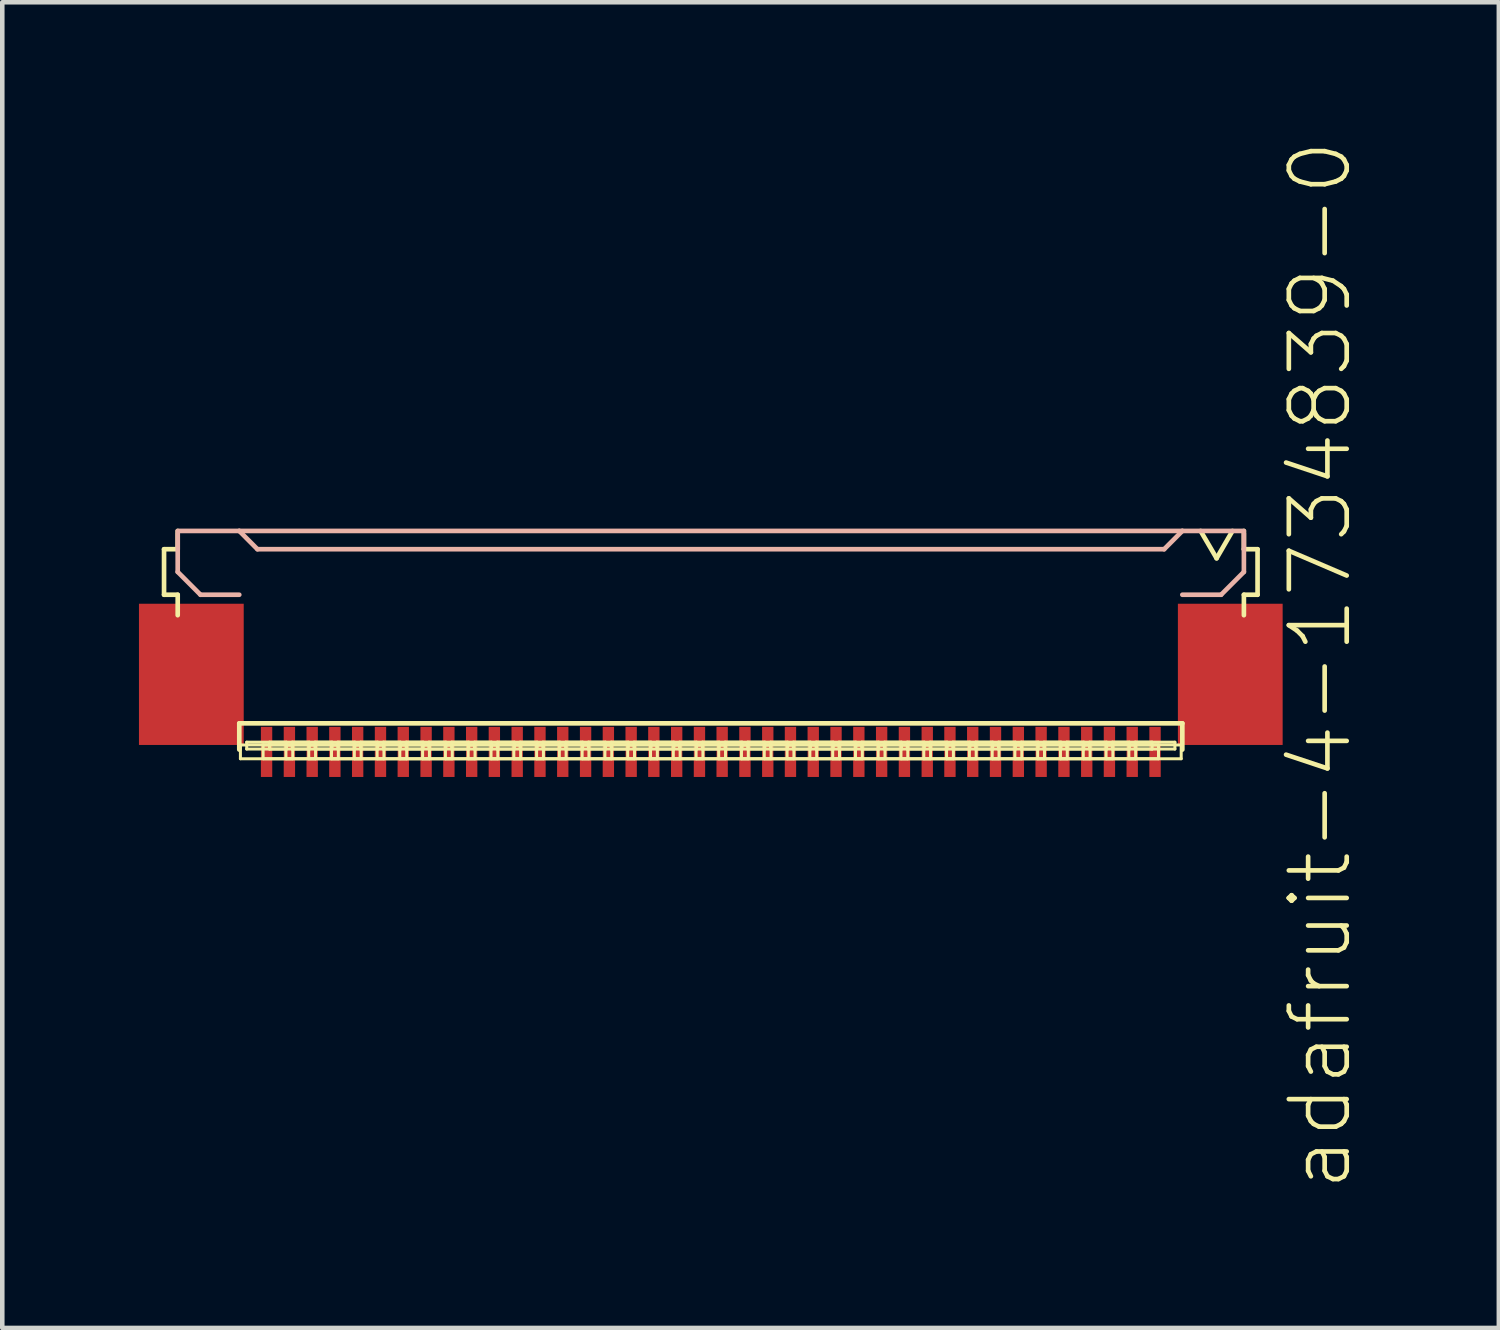
<source format=kicad_pcb>
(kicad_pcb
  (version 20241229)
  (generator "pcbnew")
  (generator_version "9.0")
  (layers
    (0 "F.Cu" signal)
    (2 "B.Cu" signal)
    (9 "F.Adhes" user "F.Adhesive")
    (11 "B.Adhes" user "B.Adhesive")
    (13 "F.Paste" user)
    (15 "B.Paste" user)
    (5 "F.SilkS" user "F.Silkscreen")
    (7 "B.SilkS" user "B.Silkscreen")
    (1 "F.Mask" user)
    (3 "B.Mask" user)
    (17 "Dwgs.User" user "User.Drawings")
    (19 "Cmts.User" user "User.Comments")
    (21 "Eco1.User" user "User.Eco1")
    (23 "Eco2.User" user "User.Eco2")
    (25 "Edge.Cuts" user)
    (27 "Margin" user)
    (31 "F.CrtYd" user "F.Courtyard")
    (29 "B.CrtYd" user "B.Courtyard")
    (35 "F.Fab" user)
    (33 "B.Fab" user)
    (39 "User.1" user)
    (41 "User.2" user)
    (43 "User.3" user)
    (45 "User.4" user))
  (footprint "adafruit-4-1734839-0"
    (layer "F.Cu")
    (at 12.549 10.911)
    (property "Reference" "adafruit-4-1734839-0" (at 13.373 0.635 270) (layer "F.SilkS") (effects (font (size 1.27 1.27) (thickness 0.102))))
    (attr smd)
    (fp_line (start -11.999 -1.908) (end -11.699 -1.908) (stroke (width 0.102) (type solid)) (layer "F.SilkS"))
    (fp_line (start -11.999 -0.909) (end -11.999 -1.908) (stroke (width 0.102) (type solid)) (layer "F.SilkS"))
    (fp_line (start -11.699 -1.908) (end -11.699 -2.309) (stroke (width 0.102) (type solid)) (layer "F.SilkS"))
    (fp_line (start -11.699 -0.909) (end -11.999 -0.909) (stroke (width 0.102) (type solid)) (layer "F.SilkS"))
    (fp_line (start -11.699 -0.46) (end -11.699 -0.909) (stroke (width 0.102) (type solid)) (layer "F.SilkS"))
    (fp_line (start -10.348 1.913) (end -10.348 2.489) (stroke (width 0.102) (type solid)) (layer "F.SilkS"))
    (fp_line (start -10.323 2.388) (end -9.174 2.388) (stroke (width 0.066) (type solid)) (layer "F.SilkS"))
    (fp_line (start -10.323 2.69) (end -10.323 2.388) (stroke (width 0.066) (type solid)) (layer "F.SilkS"))
    (fp_line (start -10.323 2.69) (end -9.174 2.69) (stroke (width 0.066) (type solid)) (layer "F.SilkS"))
    (fp_line (start -10.185 2.327) (end -9.312 2.327) (stroke (width 0.066) (type solid)) (layer "F.SilkS"))
    (fp_line (start -10.185 2.477) (end -10.185 2.327) (stroke (width 0.066) (type solid)) (layer "F.SilkS"))
    (fp_line (start -10.185 2.477) (end -9.312 2.477) (stroke (width 0.066) (type solid)) (layer "F.SilkS"))
    (fp_line (start -9.825 2.388) (end -8.674 2.388) (stroke (width 0.066) (type solid)) (layer "F.SilkS"))
    (fp_line (start -9.825 2.69) (end -9.825 2.388) (stroke (width 0.066) (type solid)) (layer "F.SilkS"))
    (fp_line (start -9.825 2.69) (end -8.674 2.69) (stroke (width 0.066) (type solid)) (layer "F.SilkS"))
    (fp_line (start -9.685 2.327) (end -8.811 2.327) (stroke (width 0.066) (type solid)) (layer "F.SilkS"))
    (fp_line (start -9.685 2.477) (end -9.685 2.327) (stroke (width 0.066) (type solid)) (layer "F.SilkS"))
    (fp_line (start -9.685 2.477) (end -8.811 2.477) (stroke (width 0.066) (type solid)) (layer "F.SilkS"))
    (fp_line (start -9.324 2.388) (end -8.174 2.388) (stroke (width 0.066) (type solid)) (layer "F.SilkS"))
    (fp_line (start -9.324 2.69) (end -9.324 2.388) (stroke (width 0.066) (type solid)) (layer "F.SilkS"))
    (fp_line (start -9.324 2.69) (end -8.174 2.69) (stroke (width 0.066) (type solid)) (layer "F.SilkS"))
    (fp_line (start -9.312 2.477) (end -9.312 2.327) (stroke (width 0.066) (type solid)) (layer "F.SilkS"))
    (fp_line (start -9.187 2.327) (end -8.311 2.327) (stroke (width 0.066) (type solid)) (layer "F.SilkS"))
    (fp_line (start -9.187 2.477) (end -9.187 2.327) (stroke (width 0.066) (type solid)) (layer "F.SilkS"))
    (fp_line (start -9.187 2.477) (end -8.311 2.477) (stroke (width 0.066) (type solid)) (layer "F.SilkS"))
    (fp_line (start -9.174 2.69) (end -9.174 2.388) (stroke (width 0.066) (type solid)) (layer "F.SilkS"))
    (fp_line (start -8.824 2.388) (end -7.673 2.388) (stroke (width 0.066) (type solid)) (layer "F.SilkS"))
    (fp_line (start -8.824 2.69) (end -8.824 2.388) (stroke (width 0.066) (type solid)) (layer "F.SilkS"))
    (fp_line (start -8.824 2.69) (end -7.673 2.69) (stroke (width 0.066) (type solid)) (layer "F.SilkS"))
    (fp_line (start -8.811 2.477) (end -8.811 2.327) (stroke (width 0.066) (type solid)) (layer "F.SilkS"))
    (fp_line (start -8.687 2.327) (end -7.811 2.327) (stroke (width 0.066) (type solid)) (layer "F.SilkS"))
    (fp_line (start -8.687 2.477) (end -8.687 2.327) (stroke (width 0.066) (type solid)) (layer "F.SilkS"))
    (fp_line (start -8.687 2.477) (end -7.811 2.477) (stroke (width 0.066) (type solid)) (layer "F.SilkS"))
    (fp_line (start -8.674 2.69) (end -8.674 2.388) (stroke (width 0.066) (type solid)) (layer "F.SilkS"))
    (fp_line (start -8.324 2.388) (end -7.173 2.388) (stroke (width 0.066) (type solid)) (layer "F.SilkS"))
    (fp_line (start -8.324 2.69) (end -8.324 2.388) (stroke (width 0.066) (type solid)) (layer "F.SilkS"))
    (fp_line (start -8.324 2.69) (end -7.173 2.69) (stroke (width 0.066) (type solid)) (layer "F.SilkS"))
    (fp_line (start -8.311 2.477) (end -8.311 2.327) (stroke (width 0.066) (type solid)) (layer "F.SilkS"))
    (fp_line (start -8.186 2.327) (end -7.31 2.327) (stroke (width 0.066) (type solid)) (layer "F.SilkS"))
    (fp_line (start -8.186 2.477) (end -8.186 2.327) (stroke (width 0.066) (type solid)) (layer "F.SilkS"))
    (fp_line (start -8.186 2.477) (end -7.31 2.477) (stroke (width 0.066) (type solid)) (layer "F.SilkS"))
    (fp_line (start -8.174 2.69) (end -8.174 2.388) (stroke (width 0.066) (type solid)) (layer "F.SilkS"))
    (fp_line (start -7.823 2.388) (end -6.673 2.388) (stroke (width 0.066) (type solid)) (layer "F.SilkS"))
    (fp_line (start -7.823 2.69) (end -7.823 2.388) (stroke (width 0.066) (type solid)) (layer "F.SilkS"))
    (fp_line (start -7.823 2.69) (end -6.673 2.69) (stroke (width 0.066) (type solid)) (layer "F.SilkS"))
    (fp_line (start -7.811 2.477) (end -7.811 2.327) (stroke (width 0.066) (type solid)) (layer "F.SilkS"))
    (fp_line (start -7.686 2.327) (end -6.812 2.327) (stroke (width 0.066) (type solid)) (layer "F.SilkS"))
    (fp_line (start -7.686 2.477) (end -7.686 2.327) (stroke (width 0.066) (type solid)) (layer "F.SilkS"))
    (fp_line (start -7.686 2.477) (end -6.812 2.477) (stroke (width 0.066) (type solid)) (layer "F.SilkS"))
    (fp_line (start -7.673 2.69) (end -7.673 2.388) (stroke (width 0.066) (type solid)) (layer "F.SilkS"))
    (fp_line (start -7.323 2.388) (end -6.175 2.388) (stroke (width 0.066) (type solid)) (layer "F.SilkS"))
    (fp_line (start -7.323 2.69) (end -7.323 2.388) (stroke (width 0.066) (type solid)) (layer "F.SilkS"))
    (fp_line (start -7.323 2.69) (end -6.175 2.69) (stroke (width 0.066) (type solid)) (layer "F.SilkS"))
    (fp_line (start -7.31 2.477) (end -7.31 2.327) (stroke (width 0.066) (type solid)) (layer "F.SilkS"))
    (fp_line (start -7.186 2.327) (end -6.312 2.327) (stroke (width 0.066) (type solid)) (layer "F.SilkS"))
    (fp_line (start -7.186 2.477) (end -7.186 2.327) (stroke (width 0.066) (type solid)) (layer "F.SilkS"))
    (fp_line (start -7.186 2.477) (end -6.312 2.477) (stroke (width 0.066) (type solid)) (layer "F.SilkS"))
    (fp_line (start -7.173 2.69) (end -7.173 2.388) (stroke (width 0.066) (type solid)) (layer "F.SilkS"))
    (fp_line (start -6.825 2.388) (end -5.674 2.388) (stroke (width 0.066) (type solid)) (layer "F.SilkS"))
    (fp_line (start -6.825 2.69) (end -6.825 2.388) (stroke (width 0.066) (type solid)) (layer "F.SilkS"))
    (fp_line (start -6.825 2.69) (end -5.674 2.69) (stroke (width 0.066) (type solid)) (layer "F.SilkS"))
    (fp_line (start -6.812 2.477) (end -6.812 2.327) (stroke (width 0.066) (type solid)) (layer "F.SilkS"))
    (fp_line (start -6.685 2.327) (end -5.812 2.327) (stroke (width 0.066) (type solid)) (layer "F.SilkS"))
    (fp_line (start -6.685 2.477) (end -6.685 2.327) (stroke (width 0.066) (type solid)) (layer "F.SilkS"))
    (fp_line (start -6.685 2.477) (end -5.812 2.477) (stroke (width 0.066) (type solid)) (layer "F.SilkS"))
    (fp_line (start -6.673 2.69) (end -6.673 2.388) (stroke (width 0.066) (type solid)) (layer "F.SilkS"))
    (fp_line (start -6.325 2.388) (end -5.174 2.388) (stroke (width 0.066) (type solid)) (layer "F.SilkS"))
    (fp_line (start -6.325 2.69) (end -6.325 2.388) (stroke (width 0.066) (type solid)) (layer "F.SilkS"))
    (fp_line (start -6.325 2.69) (end -5.174 2.69) (stroke (width 0.066) (type solid)) (layer "F.SilkS"))
    (fp_line (start -6.312 2.477) (end -6.312 2.327) (stroke (width 0.066) (type solid)) (layer "F.SilkS"))
    (fp_line (start -6.187 2.327) (end -5.311 2.327) (stroke (width 0.066) (type solid)) (layer "F.SilkS"))
    (fp_line (start -6.187 2.477) (end -6.187 2.327) (stroke (width 0.066) (type solid)) (layer "F.SilkS"))
    (fp_line (start -6.187 2.477) (end -5.311 2.477) (stroke (width 0.066) (type solid)) (layer "F.SilkS"))
    (fp_line (start -6.175 2.69) (end -6.175 2.388) (stroke (width 0.066) (type solid)) (layer "F.SilkS"))
    (fp_line (start -5.824 2.388) (end -4.674 2.388) (stroke (width 0.066) (type solid)) (layer "F.SilkS"))
    (fp_line (start -5.824 2.69) (end -5.824 2.388) (stroke (width 0.066) (type solid)) (layer "F.SilkS"))
    (fp_line (start -5.824 2.69) (end -4.674 2.69) (stroke (width 0.066) (type solid)) (layer "F.SilkS"))
    (fp_line (start -5.812 2.477) (end -5.812 2.327) (stroke (width 0.066) (type solid)) (layer "F.SilkS"))
    (fp_line (start -5.687 2.327) (end -4.811 2.327) (stroke (width 0.066) (type solid)) (layer "F.SilkS"))
    (fp_line (start -5.687 2.477) (end -5.687 2.327) (stroke (width 0.066) (type solid)) (layer "F.SilkS"))
    (fp_line (start -5.687 2.477) (end -4.811 2.477) (stroke (width 0.066) (type solid)) (layer "F.SilkS"))
    (fp_line (start -5.674 2.69) (end -5.674 2.388) (stroke (width 0.066) (type solid)) (layer "F.SilkS"))
    (fp_line (start -5.324 2.388) (end -4.173 2.388) (stroke (width 0.066) (type solid)) (layer "F.SilkS"))
    (fp_line (start -5.324 2.69) (end -5.324 2.388) (stroke (width 0.066) (type solid)) (layer "F.SilkS"))
    (fp_line (start -5.324 2.69) (end -4.173 2.69) (stroke (width 0.066) (type solid)) (layer "F.SilkS"))
    (fp_line (start -5.311 2.477) (end -5.311 2.327) (stroke (width 0.066) (type solid)) (layer "F.SilkS"))
    (fp_line (start -5.187 2.327) (end -4.31 2.327) (stroke (width 0.066) (type solid)) (layer "F.SilkS"))
    (fp_line (start -5.187 2.477) (end -5.187 2.327) (stroke (width 0.066) (type solid)) (layer "F.SilkS"))
    (fp_line (start -5.187 2.477) (end -4.31 2.477) (stroke (width 0.066) (type solid)) (layer "F.SilkS"))
    (fp_line (start -5.174 2.69) (end -5.174 2.388) (stroke (width 0.066) (type solid)) (layer "F.SilkS"))
    (fp_line (start -4.823 2.388) (end -3.673 2.388) (stroke (width 0.066) (type solid)) (layer "F.SilkS"))
    (fp_line (start -4.823 2.69) (end -4.823 2.388) (stroke (width 0.066) (type solid)) (layer "F.SilkS"))
    (fp_line (start -4.823 2.69) (end -3.673 2.69) (stroke (width 0.066) (type solid)) (layer "F.SilkS"))
    (fp_line (start -4.811 2.477) (end -4.811 2.327) (stroke (width 0.066) (type solid)) (layer "F.SilkS"))
    (fp_line (start -4.686 2.327) (end -3.81 2.327) (stroke (width 0.066) (type solid)) (layer "F.SilkS"))
    (fp_line (start -4.686 2.477) (end -4.686 2.327) (stroke (width 0.066) (type solid)) (layer "F.SilkS"))
    (fp_line (start -4.686 2.477) (end -3.81 2.477) (stroke (width 0.066) (type solid)) (layer "F.SilkS"))
    (fp_line (start -4.674 2.69) (end -4.674 2.388) (stroke (width 0.066) (type solid)) (layer "F.SilkS"))
    (fp_line (start -4.323 2.388) (end -3.175 2.388) (stroke (width 0.066) (type solid)) (layer "F.SilkS"))
    (fp_line (start -4.323 2.69) (end -4.323 2.388) (stroke (width 0.066) (type solid)) (layer "F.SilkS"))
    (fp_line (start -4.323 2.69) (end -3.175 2.69) (stroke (width 0.066) (type solid)) (layer "F.SilkS"))
    (fp_line (start -4.31 2.477) (end -4.31 2.327) (stroke (width 0.066) (type solid)) (layer "F.SilkS"))
    (fp_line (start -4.186 2.327) (end -3.312 2.327) (stroke (width 0.066) (type solid)) (layer "F.SilkS"))
    (fp_line (start -4.186 2.477) (end -4.186 2.327) (stroke (width 0.066) (type solid)) (layer "F.SilkS"))
    (fp_line (start -4.186 2.477) (end -3.312 2.477) (stroke (width 0.066) (type solid)) (layer "F.SilkS"))
    (fp_line (start -4.173 2.69) (end -4.173 2.388) (stroke (width 0.066) (type solid)) (layer "F.SilkS"))
    (fp_line (start -3.823 2.388) (end -2.675 2.388) (stroke (width 0.066) (type solid)) (layer "F.SilkS"))
    (fp_line (start -3.823 2.69) (end -3.823 2.388) (stroke (width 0.066) (type solid)) (layer "F.SilkS"))
    (fp_line (start -3.823 2.69) (end -2.675 2.69) (stroke (width 0.066) (type solid)) (layer "F.SilkS"))
    (fp_line (start -3.81 2.477) (end -3.81 2.327) (stroke (width 0.066) (type solid)) (layer "F.SilkS"))
    (fp_line (start -3.686 2.327) (end -2.812 2.327) (stroke (width 0.066) (type solid)) (layer "F.SilkS"))
    (fp_line (start -3.686 2.477) (end -3.686 2.327) (stroke (width 0.066) (type solid)) (layer "F.SilkS"))
    (fp_line (start -3.686 2.477) (end -2.812 2.477) (stroke (width 0.066) (type solid)) (layer "F.SilkS"))
    (fp_line (start -3.673 2.69) (end -3.673 2.388) (stroke (width 0.066) (type solid)) (layer "F.SilkS"))
    (fp_line (start -3.325 2.388) (end -2.174 2.388) (stroke (width 0.066) (type solid)) (layer "F.SilkS"))
    (fp_line (start -3.325 2.69) (end -3.325 2.388) (stroke (width 0.066) (type solid)) (layer "F.SilkS"))
    (fp_line (start -3.325 2.69) (end -2.174 2.69) (stroke (width 0.066) (type solid)) (layer "F.SilkS"))
    (fp_line (start -3.312 2.477) (end -3.312 2.327) (stroke (width 0.066) (type solid)) (layer "F.SilkS"))
    (fp_line (start -3.185 2.327) (end -2.311 2.327) (stroke (width 0.066) (type solid)) (layer "F.SilkS"))
    (fp_line (start -3.185 2.477) (end -3.185 2.327) (stroke (width 0.066) (type solid)) (layer "F.SilkS"))
    (fp_line (start -3.185 2.477) (end -2.311 2.477) (stroke (width 0.066) (type solid)) (layer "F.SilkS"))
    (fp_line (start -3.175 2.69) (end -3.175 2.388) (stroke (width 0.066) (type solid)) (layer "F.SilkS"))
    (fp_line (start -2.824 2.388) (end -1.674 2.388) (stroke (width 0.066) (type solid)) (layer "F.SilkS"))
    (fp_line (start -2.824 2.69) (end -2.824 2.388) (stroke (width 0.066) (type solid)) (layer "F.SilkS"))
    (fp_line (start -2.824 2.69) (end -1.674 2.69) (stroke (width 0.066) (type solid)) (layer "F.SilkS"))
    (fp_line (start -2.812 2.477) (end -2.812 2.327) (stroke (width 0.066) (type solid)) (layer "F.SilkS"))
    (fp_line (start -2.687 2.327) (end -1.811 2.327) (stroke (width 0.066) (type solid)) (layer "F.SilkS"))
    (fp_line (start -2.687 2.477) (end -2.687 2.327) (stroke (width 0.066) (type solid)) (layer "F.SilkS"))
    (fp_line (start -2.687 2.477) (end -1.811 2.477) (stroke (width 0.066) (type solid)) (layer "F.SilkS"))
    (fp_line (start -2.675 2.69) (end -2.675 2.388) (stroke (width 0.066) (type solid)) (layer "F.SilkS"))
    (fp_line (start -2.324 2.388) (end -1.173 2.388) (stroke (width 0.066) (type solid)) (layer "F.SilkS"))
    (fp_line (start -2.324 2.69) (end -2.324 2.388) (stroke (width 0.066) (type solid)) (layer "F.SilkS"))
    (fp_line (start -2.324 2.69) (end -1.173 2.69) (stroke (width 0.066) (type solid)) (layer "F.SilkS"))
    (fp_line (start -2.311 2.477) (end -2.311 2.327) (stroke (width 0.066) (type solid)) (layer "F.SilkS"))
    (fp_line (start -2.187 2.327) (end -1.311 2.327) (stroke (width 0.066) (type solid)) (layer "F.SilkS"))
    (fp_line (start -2.187 2.477) (end -2.187 2.327) (stroke (width 0.066) (type solid)) (layer "F.SilkS"))
    (fp_line (start -2.187 2.477) (end -1.311 2.477) (stroke (width 0.066) (type solid)) (layer "F.SilkS"))
    (fp_line (start -2.174 2.69) (end -2.174 2.388) (stroke (width 0.066) (type solid)) (layer "F.SilkS"))
    (fp_line (start -1.824 2.388) (end -0.673 2.388) (stroke (width 0.066) (type solid)) (layer "F.SilkS"))
    (fp_line (start -1.824 2.69) (end -1.824 2.388) (stroke (width 0.066) (type solid)) (layer "F.SilkS"))
    (fp_line (start -1.824 2.69) (end -0.673 2.69) (stroke (width 0.066) (type solid)) (layer "F.SilkS"))
    (fp_line (start -1.811 2.477) (end -1.811 2.327) (stroke (width 0.066) (type solid)) (layer "F.SilkS"))
    (fp_line (start -1.687 2.327) (end -0.81 2.327) (stroke (width 0.066) (type solid)) (layer "F.SilkS"))
    (fp_line (start -1.687 2.477) (end -1.687 2.327) (stroke (width 0.066) (type solid)) (layer "F.SilkS"))
    (fp_line (start -1.687 2.477) (end -0.81 2.477) (stroke (width 0.066) (type solid)) (layer "F.SilkS"))
    (fp_line (start -1.674 2.69) (end -1.674 2.388) (stroke (width 0.066) (type solid)) (layer "F.SilkS"))
    (fp_line (start -1.323 2.388) (end -0.173 2.388) (stroke (width 0.066) (type solid)) (layer "F.SilkS"))
    (fp_line (start -1.323 2.69) (end -1.323 2.388) (stroke (width 0.066) (type solid)) (layer "F.SilkS"))
    (fp_line (start -1.323 2.69) (end -0.173 2.69) (stroke (width 0.066) (type solid)) (layer "F.SilkS"))
    (fp_line (start -1.311 2.477) (end -1.311 2.327) (stroke (width 0.066) (type solid)) (layer "F.SilkS"))
    (fp_line (start -1.186 2.327) (end -0.312 2.327) (stroke (width 0.066) (type solid)) (layer "F.SilkS"))
    (fp_line (start -1.186 2.477) (end -1.186 2.327) (stroke (width 0.066) (type solid)) (layer "F.SilkS"))
    (fp_line (start -1.186 2.477) (end -0.312 2.477) (stroke (width 0.066) (type solid)) (layer "F.SilkS"))
    (fp_line (start -1.173 2.69) (end -1.173 2.388) (stroke (width 0.066) (type solid)) (layer "F.SilkS"))
    (fp_line (start -0.823 2.388) (end 0.323 2.388) (stroke (width 0.066) (type solid)) (layer "F.SilkS"))
    (fp_line (start -0.823 2.69) (end -0.823 2.388) (stroke (width 0.066) (type solid)) (layer "F.SilkS"))
    (fp_line (start -0.823 2.69) (end 0.323 2.69) (stroke (width 0.066) (type solid)) (layer "F.SilkS"))
    (fp_line (start -0.81 2.477) (end -0.81 2.327) (stroke (width 0.066) (type solid)) (layer "F.SilkS"))
    (fp_line (start -0.686 2.327) (end 0.185 2.327) (stroke (width 0.066) (type solid)) (layer "F.SilkS"))
    (fp_line (start -0.686 2.477) (end -0.686 2.327) (stroke (width 0.066) (type solid)) (layer "F.SilkS"))
    (fp_line (start -0.686 2.477) (end 0.185 2.477) (stroke (width 0.066) (type solid)) (layer "F.SilkS"))
    (fp_line (start -0.673 2.69) (end -0.673 2.388) (stroke (width 0.066) (type solid)) (layer "F.SilkS"))
    (fp_line (start -0.323 2.388) (end 0.823 2.388) (stroke (width 0.066) (type solid)) (layer "F.SilkS"))
    (fp_line (start -0.323 2.69) (end -0.323 2.388) (stroke (width 0.066) (type solid)) (layer "F.SilkS"))
    (fp_line (start -0.323 2.69) (end 0.823 2.69) (stroke (width 0.066) (type solid)) (layer "F.SilkS"))
    (fp_line (start -0.312 2.477) (end -0.312 2.327) (stroke (width 0.066) (type solid)) (layer "F.SilkS"))
    (fp_line (start -0.185 2.327) (end 0.686 2.327) (stroke (width 0.066) (type solid)) (layer "F.SilkS"))
    (fp_line (start -0.185 2.477) (end -0.185 2.327) (stroke (width 0.066) (type solid)) (layer "F.SilkS"))
    (fp_line (start -0.185 2.477) (end 0.686 2.477) (stroke (width 0.066) (type solid)) (layer "F.SilkS"))
    (fp_line (start -0.173 2.69) (end -0.173 2.388) (stroke (width 0.066) (type solid)) (layer "F.SilkS"))
    (fp_line (start 0.173 2.388) (end 1.323 2.388) (stroke (width 0.066) (type solid)) (layer "F.SilkS"))
    (fp_line (start 0.173 2.69) (end 0.173 2.388) (stroke (width 0.066) (type solid)) (layer "F.SilkS"))
    (fp_line (start 0.173 2.69) (end 1.323 2.69) (stroke (width 0.066) (type solid)) (layer "F.SilkS"))
    (fp_line (start 0.185 2.477) (end 0.185 2.327) (stroke (width 0.066) (type solid)) (layer "F.SilkS"))
    (fp_line (start 0.312 2.327) (end 1.186 2.327) (stroke (width 0.066) (type solid)) (layer "F.SilkS"))
    (fp_line (start 0.312 2.477) (end 0.312 2.327) (stroke (width 0.066) (type solid)) (layer "F.SilkS"))
    (fp_line (start 0.312 2.477) (end 1.186 2.477) (stroke (width 0.066) (type solid)) (layer "F.SilkS"))
    (fp_line (start 0.323 2.69) (end 0.323 2.388) (stroke (width 0.066) (type solid)) (layer "F.SilkS"))
    (fp_line (start 0.673 2.388) (end 1.824 2.388) (stroke (width 0.066) (type solid)) (layer "F.SilkS"))
    (fp_line (start 0.673 2.69) (end 0.673 2.388) (stroke (width 0.066) (type solid)) (layer "F.SilkS"))
    (fp_line (start 0.673 2.69) (end 1.824 2.69) (stroke (width 0.066) (type solid)) (layer "F.SilkS"))
    (fp_line (start 0.686 2.477) (end 0.686 2.327) (stroke (width 0.066) (type solid)) (layer "F.SilkS"))
    (fp_line (start 0.81 2.327) (end 1.687 2.327) (stroke (width 0.066) (type solid)) (layer "F.SilkS"))
    (fp_line (start 0.81 2.477) (end 0.81 2.327) (stroke (width 0.066) (type solid)) (layer "F.SilkS"))
    (fp_line (start 0.81 2.477) (end 1.687 2.477) (stroke (width 0.066) (type solid)) (layer "F.SilkS"))
    (fp_line (start 0.823 2.69) (end 0.823 2.388) (stroke (width 0.066) (type solid)) (layer "F.SilkS"))
    (fp_line (start 1.173 2.388) (end 2.324 2.388) (stroke (width 0.066) (type solid)) (layer "F.SilkS"))
    (fp_line (start 1.173 2.69) (end 1.173 2.388) (stroke (width 0.066) (type solid)) (layer "F.SilkS"))
    (fp_line (start 1.173 2.69) (end 2.324 2.69) (stroke (width 0.066) (type solid)) (layer "F.SilkS"))
    (fp_line (start 1.186 2.477) (end 1.186 2.327) (stroke (width 0.066) (type solid)) (layer "F.SilkS"))
    (fp_line (start 1.311 2.327) (end 2.187 2.327) (stroke (width 0.066) (type solid)) (layer "F.SilkS"))
    (fp_line (start 1.311 2.477) (end 1.311 2.327) (stroke (width 0.066) (type solid)) (layer "F.SilkS"))
    (fp_line (start 1.311 2.477) (end 2.187 2.477) (stroke (width 0.066) (type solid)) (layer "F.SilkS"))
    (fp_line (start 1.323 2.69) (end 1.323 2.388) (stroke (width 0.066) (type solid)) (layer "F.SilkS"))
    (fp_line (start 1.674 2.388) (end 2.824 2.388) (stroke (width 0.066) (type solid)) (layer "F.SilkS"))
    (fp_line (start 1.674 2.69) (end 1.674 2.388) (stroke (width 0.066) (type solid)) (layer "F.SilkS"))
    (fp_line (start 1.674 2.69) (end 2.824 2.69) (stroke (width 0.066) (type solid)) (layer "F.SilkS"))
    (fp_line (start 1.687 2.477) (end 1.687 2.327) (stroke (width 0.066) (type solid)) (layer "F.SilkS"))
    (fp_line (start 1.811 2.327) (end 2.687 2.327) (stroke (width 0.066) (type solid)) (layer "F.SilkS"))
    (fp_line (start 1.811 2.477) (end 1.811 2.327) (stroke (width 0.066) (type solid)) (layer "F.SilkS"))
    (fp_line (start 1.811 2.477) (end 2.687 2.477) (stroke (width 0.066) (type solid)) (layer "F.SilkS"))
    (fp_line (start 1.824 2.69) (end 1.824 2.388) (stroke (width 0.066) (type solid)) (layer "F.SilkS"))
    (fp_line (start 2.174 2.388) (end 3.325 2.388) (stroke (width 0.066) (type solid)) (layer "F.SilkS"))
    (fp_line (start 2.174 2.69) (end 2.174 2.388) (stroke (width 0.066) (type solid)) (layer "F.SilkS"))
    (fp_line (start 2.174 2.69) (end 3.325 2.69) (stroke (width 0.066) (type solid)) (layer "F.SilkS"))
    (fp_line (start 2.187 2.477) (end 2.187 2.327) (stroke (width 0.066) (type solid)) (layer "F.SilkS"))
    (fp_line (start 2.311 2.327) (end 3.185 2.327) (stroke (width 0.066) (type solid)) (layer "F.SilkS"))
    (fp_line (start 2.311 2.477) (end 2.311 2.327) (stroke (width 0.066) (type solid)) (layer "F.SilkS"))
    (fp_line (start 2.311 2.477) (end 3.185 2.477) (stroke (width 0.066) (type solid)) (layer "F.SilkS"))
    (fp_line (start 2.324 2.69) (end 2.324 2.388) (stroke (width 0.066) (type solid)) (layer "F.SilkS"))
    (fp_line (start 2.675 2.388) (end 3.823 2.388) (stroke (width 0.066) (type solid)) (layer "F.SilkS"))
    (fp_line (start 2.675 2.69) (end 2.675 2.388) (stroke (width 0.066) (type solid)) (layer "F.SilkS"))
    (fp_line (start 2.675 2.69) (end 3.823 2.69) (stroke (width 0.066) (type solid)) (layer "F.SilkS"))
    (fp_line (start 2.687 2.477) (end 2.687 2.327) (stroke (width 0.066) (type solid)) (layer "F.SilkS"))
    (fp_line (start 2.812 2.327) (end 3.686 2.327) (stroke (width 0.066) (type solid)) (layer "F.SilkS"))
    (fp_line (start 2.812 2.477) (end 2.812 2.327) (stroke (width 0.066) (type solid)) (layer "F.SilkS"))
    (fp_line (start 2.812 2.477) (end 3.686 2.477) (stroke (width 0.066) (type solid)) (layer "F.SilkS"))
    (fp_line (start 2.824 2.69) (end 2.824 2.388) (stroke (width 0.066) (type solid)) (layer "F.SilkS"))
    (fp_line (start 3.175 2.388) (end 4.323 2.388) (stroke (width 0.066) (type solid)) (layer "F.SilkS"))
    (fp_line (start 3.175 2.69) (end 3.175 2.388) (stroke (width 0.066) (type solid)) (layer "F.SilkS"))
    (fp_line (start 3.175 2.69) (end 4.323 2.69) (stroke (width 0.066) (type solid)) (layer "F.SilkS"))
    (fp_line (start 3.185 2.477) (end 3.185 2.327) (stroke (width 0.066) (type solid)) (layer "F.SilkS"))
    (fp_line (start 3.312 2.327) (end 4.186 2.327) (stroke (width 0.066) (type solid)) (layer "F.SilkS"))
    (fp_line (start 3.312 2.477) (end 3.312 2.327) (stroke (width 0.066) (type solid)) (layer "F.SilkS"))
    (fp_line (start 3.312 2.477) (end 4.186 2.477) (stroke (width 0.066) (type solid)) (layer "F.SilkS"))
    (fp_line (start 3.325 2.69) (end 3.325 2.388) (stroke (width 0.066) (type solid)) (layer "F.SilkS"))
    (fp_line (start 3.673 2.388) (end 4.823 2.388) (stroke (width 0.066) (type solid)) (layer "F.SilkS"))
    (fp_line (start 3.673 2.69) (end 3.673 2.388) (stroke (width 0.066) (type solid)) (layer "F.SilkS"))
    (fp_line (start 3.673 2.69) (end 4.823 2.69) (stroke (width 0.066) (type solid)) (layer "F.SilkS"))
    (fp_line (start 3.686 2.477) (end 3.686 2.327) (stroke (width 0.066) (type solid)) (layer "F.SilkS"))
    (fp_line (start 3.81 2.327) (end 4.686 2.327) (stroke (width 0.066) (type solid)) (layer "F.SilkS"))
    (fp_line (start 3.81 2.477) (end 3.81 2.327) (stroke (width 0.066) (type solid)) (layer "F.SilkS"))
    (fp_line (start 3.81 2.477) (end 4.686 2.477) (stroke (width 0.066) (type solid)) (layer "F.SilkS"))
    (fp_line (start 3.823 2.69) (end 3.823 2.388) (stroke (width 0.066) (type solid)) (layer "F.SilkS"))
    (fp_line (start 4.173 2.388) (end 5.324 2.388) (stroke (width 0.066) (type solid)) (layer "F.SilkS"))
    (fp_line (start 4.173 2.69) (end 4.173 2.388) (stroke (width 0.066) (type solid)) (layer "F.SilkS"))
    (fp_line (start 4.173 2.69) (end 5.324 2.69) (stroke (width 0.066) (type solid)) (layer "F.SilkS"))
    (fp_line (start 4.186 2.477) (end 4.186 2.327) (stroke (width 0.066) (type solid)) (layer "F.SilkS"))
    (fp_line (start 4.31 2.327) (end 5.187 2.327) (stroke (width 0.066) (type solid)) (layer "F.SilkS"))
    (fp_line (start 4.31 2.477) (end 4.31 2.327) (stroke (width 0.066) (type solid)) (layer "F.SilkS"))
    (fp_line (start 4.31 2.477) (end 5.187 2.477) (stroke (width 0.066) (type solid)) (layer "F.SilkS"))
    (fp_line (start 4.323 2.69) (end 4.323 2.388) (stroke (width 0.066) (type solid)) (layer "F.SilkS"))
    (fp_line (start 4.674 2.388) (end 5.824 2.388) (stroke (width 0.066) (type solid)) (layer "F.SilkS"))
    (fp_line (start 4.674 2.69) (end 4.674 2.388) (stroke (width 0.066) (type solid)) (layer "F.SilkS"))
    (fp_line (start 4.674 2.69) (end 5.824 2.69) (stroke (width 0.066) (type solid)) (layer "F.SilkS"))
    (fp_line (start 4.686 2.477) (end 4.686 2.327) (stroke (width 0.066) (type solid)) (layer "F.SilkS"))
    (fp_line (start 4.811 2.327) (end 5.687 2.327) (stroke (width 0.066) (type solid)) (layer "F.SilkS"))
    (fp_line (start 4.811 2.477) (end 4.811 2.327) (stroke (width 0.066) (type solid)) (layer "F.SilkS"))
    (fp_line (start 4.811 2.477) (end 5.687 2.477) (stroke (width 0.066) (type solid)) (layer "F.SilkS"))
    (fp_line (start 4.823 2.69) (end 4.823 2.388) (stroke (width 0.066) (type solid)) (layer "F.SilkS"))
    (fp_line (start 5.174 2.388) (end 6.325 2.388) (stroke (width 0.066) (type solid)) (layer "F.SilkS"))
    (fp_line (start 5.174 2.69) (end 5.174 2.388) (stroke (width 0.066) (type solid)) (layer "F.SilkS"))
    (fp_line (start 5.174 2.69) (end 6.325 2.69) (stroke (width 0.066) (type solid)) (layer "F.SilkS"))
    (fp_line (start 5.187 2.477) (end 5.187 2.327) (stroke (width 0.066) (type solid)) (layer "F.SilkS"))
    (fp_line (start 5.311 2.327) (end 6.187 2.327) (stroke (width 0.066) (type solid)) (layer "F.SilkS"))
    (fp_line (start 5.311 2.477) (end 5.311 2.327) (stroke (width 0.066) (type solid)) (layer "F.SilkS"))
    (fp_line (start 5.311 2.477) (end 6.187 2.477) (stroke (width 0.066) (type solid)) (layer "F.SilkS"))
    (fp_line (start 5.324 2.69) (end 5.324 2.388) (stroke (width 0.066) (type solid)) (layer "F.SilkS"))
    (fp_line (start 5.674 2.388) (end 6.825 2.388) (stroke (width 0.066) (type solid)) (layer "F.SilkS"))
    (fp_line (start 5.674 2.69) (end 5.674 2.388) (stroke (width 0.066) (type solid)) (layer "F.SilkS"))
    (fp_line (start 5.674 2.69) (end 6.825 2.69) (stroke (width 0.066) (type solid)) (layer "F.SilkS"))
    (fp_line (start 5.687 2.477) (end 5.687 2.327) (stroke (width 0.066) (type solid)) (layer "F.SilkS"))
    (fp_line (start 5.812 2.327) (end 6.685 2.327) (stroke (width 0.066) (type solid)) (layer "F.SilkS"))
    (fp_line (start 5.812 2.477) (end 5.812 2.327) (stroke (width 0.066) (type solid)) (layer "F.SilkS"))
    (fp_line (start 5.812 2.477) (end 6.685 2.477) (stroke (width 0.066) (type solid)) (layer "F.SilkS"))
    (fp_line (start 5.824 2.69) (end 5.824 2.388) (stroke (width 0.066) (type solid)) (layer "F.SilkS"))
    (fp_line (start 6.175 2.388) (end 7.323 2.388) (stroke (width 0.066) (type solid)) (layer "F.SilkS"))
    (fp_line (start 6.175 2.69) (end 6.175 2.388) (stroke (width 0.066) (type solid)) (layer "F.SilkS"))
    (fp_line (start 6.175 2.69) (end 7.323 2.69) (stroke (width 0.066) (type solid)) (layer "F.SilkS"))
    (fp_line (start 6.187 2.477) (end 6.187 2.327) (stroke (width 0.066) (type solid)) (layer "F.SilkS"))
    (fp_line (start 6.312 2.327) (end 7.186 2.327) (stroke (width 0.066) (type solid)) (layer "F.SilkS"))
    (fp_line (start 6.312 2.477) (end 6.312 2.327) (stroke (width 0.066) (type solid)) (layer "F.SilkS"))
    (fp_line (start 6.312 2.477) (end 7.186 2.477) (stroke (width 0.066) (type solid)) (layer "F.SilkS"))
    (fp_line (start 6.325 2.69) (end 6.325 2.388) (stroke (width 0.066) (type solid)) (layer "F.SilkS"))
    (fp_line (start 6.673 2.388) (end 7.823 2.388) (stroke (width 0.066) (type solid)) (layer "F.SilkS"))
    (fp_line (start 6.673 2.69) (end 6.673 2.388) (stroke (width 0.066) (type solid)) (layer "F.SilkS"))
    (fp_line (start 6.673 2.69) (end 7.823 2.69) (stroke (width 0.066) (type solid)) (layer "F.SilkS"))
    (fp_line (start 6.685 2.477) (end 6.685 2.327) (stroke (width 0.066) (type solid)) (layer "F.SilkS"))
    (fp_line (start 6.812 2.327) (end 7.686 2.327) (stroke (width 0.066) (type solid)) (layer "F.SilkS"))
    (fp_line (start 6.812 2.477) (end 6.812 2.327) (stroke (width 0.066) (type solid)) (layer "F.SilkS"))
    (fp_line (start 6.812 2.477) (end 7.686 2.477) (stroke (width 0.066) (type solid)) (layer "F.SilkS"))
    (fp_line (start 6.825 2.69) (end 6.825 2.388) (stroke (width 0.066) (type solid)) (layer "F.SilkS"))
    (fp_line (start 7.173 2.388) (end 8.324 2.388) (stroke (width 0.066) (type solid)) (layer "F.SilkS"))
    (fp_line (start 7.173 2.69) (end 7.173 2.388) (stroke (width 0.066) (type solid)) (layer "F.SilkS"))
    (fp_line (start 7.173 2.69) (end 8.324 2.69) (stroke (width 0.066) (type solid)) (layer "F.SilkS"))
    (fp_line (start 7.186 2.477) (end 7.186 2.327) (stroke (width 0.066) (type solid)) (layer "F.SilkS"))
    (fp_line (start 7.31 2.327) (end 8.186 2.327) (stroke (width 0.066) (type solid)) (layer "F.SilkS"))
    (fp_line (start 7.31 2.477) (end 7.31 2.327) (stroke (width 0.066) (type solid)) (layer "F.SilkS"))
    (fp_line (start 7.31 2.477) (end 8.186 2.477) (stroke (width 0.066) (type solid)) (layer "F.SilkS"))
    (fp_line (start 7.323 2.69) (end 7.323 2.388) (stroke (width 0.066) (type solid)) (layer "F.SilkS"))
    (fp_line (start 7.673 2.388) (end 8.824 2.388) (stroke (width 0.066) (type solid)) (layer "F.SilkS"))
    (fp_line (start 7.673 2.69) (end 7.673 2.388) (stroke (width 0.066) (type solid)) (layer "F.SilkS"))
    (fp_line (start 7.673 2.69) (end 8.824 2.69) (stroke (width 0.066) (type solid)) (layer "F.SilkS"))
    (fp_line (start 7.686 2.477) (end 7.686 2.327) (stroke (width 0.066) (type solid)) (layer "F.SilkS"))
    (fp_line (start 7.811 2.327) (end 8.687 2.327) (stroke (width 0.066) (type solid)) (layer "F.SilkS"))
    (fp_line (start 7.811 2.477) (end 7.811 2.327) (stroke (width 0.066) (type solid)) (layer "F.SilkS"))
    (fp_line (start 7.811 2.477) (end 8.687 2.477) (stroke (width 0.066) (type solid)) (layer "F.SilkS"))
    (fp_line (start 7.823 2.69) (end 7.823 2.388) (stroke (width 0.066) (type solid)) (layer "F.SilkS"))
    (fp_line (start 8.174 2.388) (end 9.324 2.388) (stroke (width 0.066) (type solid)) (layer "F.SilkS"))
    (fp_line (start 8.174 2.69) (end 8.174 2.388) (stroke (width 0.066) (type solid)) (layer "F.SilkS"))
    (fp_line (start 8.174 2.69) (end 9.324 2.69) (stroke (width 0.066) (type solid)) (layer "F.SilkS"))
    (fp_line (start 8.186 2.477) (end 8.186 2.327) (stroke (width 0.066) (type solid)) (layer "F.SilkS"))
    (fp_line (start 8.311 2.327) (end 9.187 2.327) (stroke (width 0.066) (type solid)) (layer "F.SilkS"))
    (fp_line (start 8.311 2.477) (end 8.311 2.327) (stroke (width 0.066) (type solid)) (layer "F.SilkS"))
    (fp_line (start 8.311 2.477) (end 9.187 2.477) (stroke (width 0.066) (type solid)) (layer "F.SilkS"))
    (fp_line (start 8.324 2.69) (end 8.324 2.388) (stroke (width 0.066) (type solid)) (layer "F.SilkS"))
    (fp_line (start 8.674 2.388) (end 9.825 2.388) (stroke (width 0.066) (type solid)) (layer "F.SilkS"))
    (fp_line (start 8.674 2.69) (end 8.674 2.388) (stroke (width 0.066) (type solid)) (layer "F.SilkS"))
    (fp_line (start 8.674 2.69) (end 9.825 2.69) (stroke (width 0.066) (type solid)) (layer "F.SilkS"))
    (fp_line (start 8.687 2.477) (end 8.687 2.327) (stroke (width 0.066) (type solid)) (layer "F.SilkS"))
    (fp_line (start 8.811 2.327) (end 9.685 2.327) (stroke (width 0.066) (type solid)) (layer "F.SilkS"))
    (fp_line (start 8.811 2.477) (end 8.811 2.327) (stroke (width 0.066) (type solid)) (layer "F.SilkS"))
    (fp_line (start 8.811 2.477) (end 9.685 2.477) (stroke (width 0.066) (type solid)) (layer "F.SilkS"))
    (fp_line (start 8.824 2.69) (end 8.824 2.388) (stroke (width 0.066) (type solid)) (layer "F.SilkS"))
    (fp_line (start 9.174 2.388) (end 10.323 2.388) (stroke (width 0.066) (type solid)) (layer "F.SilkS"))
    (fp_line (start 9.174 2.69) (end 9.174 2.388) (stroke (width 0.066) (type solid)) (layer "F.SilkS"))
    (fp_line (start 9.174 2.69) (end 10.323 2.69) (stroke (width 0.066) (type solid)) (layer "F.SilkS"))
    (fp_line (start 9.187 2.477) (end 9.187 2.327) (stroke (width 0.066) (type solid)) (layer "F.SilkS"))
    (fp_line (start 9.312 2.327) (end 10.185 2.327) (stroke (width 0.066) (type solid)) (layer "F.SilkS"))
    (fp_line (start 9.312 2.477) (end 9.312 2.327) (stroke (width 0.066) (type solid)) (layer "F.SilkS"))
    (fp_line (start 9.312 2.477) (end 10.185 2.477) (stroke (width 0.066) (type solid)) (layer "F.SilkS"))
    (fp_line (start 9.324 2.69) (end 9.324 2.388) (stroke (width 0.066) (type solid)) (layer "F.SilkS"))
    (fp_line (start 9.685 2.477) (end 9.685 2.327) (stroke (width 0.066) (type solid)) (layer "F.SilkS"))
    (fp_line (start 9.825 2.69) (end 9.825 2.388) (stroke (width 0.066) (type solid)) (layer "F.SilkS"))
    (fp_line (start 10.185 2.477) (end 10.185 2.327) (stroke (width 0.066) (type solid)) (layer "F.SilkS"))
    (fp_line (start 10.323 2.69) (end 10.323 2.388) (stroke (width 0.066) (type solid)) (layer "F.SilkS"))
    (fp_line (start 10.348 1.913) (end -10.348 1.913) (stroke (width 0.102) (type solid)) (layer "F.SilkS"))
    (fp_line (start 10.348 2.489) (end 10.348 1.913) (stroke (width 0.102) (type solid)) (layer "F.SilkS"))
    (fp_line (start 11.1 -1.709) (end 10.749 -2.309) (stroke (width 0.102) (type solid)) (layer "F.SilkS"))
    (fp_line (start 11.448 -2.309) (end 11.1 -1.709) (stroke (width 0.102) (type solid)) (layer "F.SilkS"))
    (fp_line (start 11.699 -2.309) (end 11.699 -1.908) (stroke (width 0.102) (type solid)) (layer "F.SilkS"))
    (fp_line (start 11.699 -1.908) (end 11.999 -1.908) (stroke (width 0.102) (type solid)) (layer "F.SilkS"))
    (fp_line (start 11.699 -0.909) (end 11.699 -0.46) (stroke (width 0.102) (type solid)) (layer "F.SilkS"))
    (fp_line (start 11.999 -1.908) (end 11.999 -0.909) (stroke (width 0.102) (type solid)) (layer "F.SilkS"))
    (fp_line (start 11.999 -0.909) (end 11.699 -0.909) (stroke (width 0.102) (type solid)) (layer "F.SilkS"))
    (fp_line (start -11.699 -2.309) (end -10.348 -2.309) (stroke (width 0.102) (type solid)) (layer "B.SilkS"))
    (fp_line (start -11.699 -1.41) (end -11.699 -2.258) (stroke (width 0.102) (type solid)) (layer "B.SilkS"))
    (fp_line (start -11.199 -0.909) (end -11.699 -1.41) (stroke (width 0.102) (type solid)) (layer "B.SilkS"))
    (fp_line (start -10.348 -2.309) (end -9.949 -1.908) (stroke (width 0.102) (type solid)) (layer "B.SilkS"))
    (fp_line (start -10.348 -0.909) (end -11.199 -0.909) (stroke (width 0.102) (type solid)) (layer "B.SilkS"))
    (fp_line (start -9.949 -1.908) (end 9.949 -1.908) (stroke (width 0.102) (type solid)) (layer "B.SilkS"))
    (fp_line (start 9.949 -1.908) (end 10.348 -2.309) (stroke (width 0.102) (type solid)) (layer "B.SilkS"))
    (fp_line (start 10.348 -2.309) (end -10.348 -2.309) (stroke (width 0.102) (type solid)) (layer "B.SilkS"))
    (fp_line (start 10.348 -2.309) (end 11.699 -2.309) (stroke (width 0.102) (type solid)) (layer "B.SilkS"))
    (fp_line (start 10.348 -0.909) (end 11.199 -0.909) (stroke (width 0.102) (type solid)) (layer "B.SilkS"))
    (fp_line (start 11.199 -0.909) (end 11.699 -1.41) (stroke (width 0.102) (type solid)) (layer "B.SilkS"))
    (fp_line (start 11.699 -1.41) (end 11.699 -2.258) (stroke (width 0.102) (type solid)) (layer "B.SilkS"))
    (pad "1" smd rect (at -9.749 2.54 90) (size 1.1 0.249) (layers "F.Cu" "F.Mask" "F.Paste"))
    (pad "2" smd rect (at -9.248 2.54 90) (size 1.1 0.249) (layers "F.Cu" "F.Mask" "F.Paste"))
    (pad "3" smd rect (at -8.748 2.54 90) (size 1.1 0.249) (layers "F.Cu" "F.Mask" "F.Paste"))
    (pad "4" smd rect (at -8.25 2.54 90) (size 1.1 0.249) (layers "F.Cu" "F.Mask" "F.Paste"))
    (pad "5" smd rect (at -7.75 2.54 90) (size 1.1 0.249) (layers "F.Cu" "F.Mask" "F.Paste"))
    (pad "6" smd rect (at -7.249 2.54 90) (size 1.1 0.249) (layers "F.Cu" "F.Mask" "F.Paste"))
    (pad "7" smd rect (at -6.749 2.54 90) (size 1.1 0.249) (layers "F.Cu" "F.Mask" "F.Paste"))
    (pad "8" smd rect (at -6.248 2.54 90) (size 1.1 0.249) (layers "F.Cu" "F.Mask" "F.Paste"))
    (pad "9" smd rect (at -5.748 2.54 90) (size 1.1 0.249) (layers "F.Cu" "F.Mask" "F.Paste"))
    (pad "10" smd rect (at -5.248 2.54 90) (size 1.1 0.249) (layers "F.Cu" "F.Mask" "F.Paste"))
    (pad "11" smd rect (at -4.75 2.54 90) (size 1.1 0.249) (layers "F.Cu" "F.Mask" "F.Paste"))
    (pad "12" smd rect (at -4.249 2.54 90) (size 1.1 0.249) (layers "F.Cu" "F.Mask" "F.Paste"))
    (pad "13" smd rect (at -3.749 2.54 90) (size 1.1 0.249) (layers "F.Cu" "F.Mask" "F.Paste"))
    (pad "14" smd rect (at -3.249 2.54 90) (size 1.1 0.249) (layers "F.Cu" "F.Mask" "F.Paste"))
    (pad "15" smd rect (at -2.748 2.54 90) (size 1.1 0.249) (layers "F.Cu" "F.Mask" "F.Paste"))
    (pad "16" smd rect (at -2.248 2.54 90) (size 1.1 0.249) (layers "F.Cu" "F.Mask" "F.Paste"))
    (pad "17" smd rect (at -1.748 2.54 90) (size 1.1 0.249) (layers "F.Cu" "F.Mask" "F.Paste"))
    (pad "18" smd rect (at -1.25 2.54 90) (size 1.1 0.249) (layers "F.Cu" "F.Mask" "F.Paste"))
    (pad "19" smd rect (at -0.749 2.54 90) (size 1.1 0.249) (layers "F.Cu" "F.Mask" "F.Paste"))
    (pad "20" smd rect (at -0.249 2.54 90) (size 1.1 0.249) (layers "F.Cu" "F.Mask" "F.Paste"))
    (pad "21" smd rect (at 0.249 2.54 90) (size 1.1 0.249) (layers "F.Cu" "F.Mask" "F.Paste"))
    (pad "22" smd rect (at 0.749 2.54 90) (size 1.1 0.249) (layers "F.Cu" "F.Mask" "F.Paste"))
    (pad "23" smd rect (at 1.25 2.54 90) (size 1.1 0.249) (layers "F.Cu" "F.Mask" "F.Paste"))
    (pad "24" smd rect (at 1.748 2.54 90) (size 1.1 0.249) (layers "F.Cu" "F.Mask" "F.Paste"))
    (pad "25" smd rect (at 2.248 2.54 90) (size 1.1 0.249) (layers "F.Cu" "F.Mask" "F.Paste"))
    (pad "26" smd rect (at 2.748 2.54 90) (size 1.1 0.249) (layers "F.Cu" "F.Mask" "F.Paste"))
    (pad "27" smd rect (at 3.249 2.54 90) (size 1.1 0.249) (layers "F.Cu" "F.Mask" "F.Paste"))
    (pad "28" smd rect (at 3.749 2.54 90) (size 1.1 0.249) (layers "F.Cu" "F.Mask" "F.Paste"))
    (pad "29" smd rect (at 4.249 2.54 90) (size 1.1 0.249) (layers "F.Cu" "F.Mask" "F.Paste"))
    (pad "30" smd rect (at 4.75 2.54 90) (size 1.1 0.249) (layers "F.Cu" "F.Mask" "F.Paste"))
    (pad "31" smd rect (at 5.248 2.54 90) (size 1.1 0.249) (layers "F.Cu" "F.Mask" "F.Paste"))
    (pad "32" smd rect (at 5.748 2.54 90) (size 1.1 0.249) (layers "F.Cu" "F.Mask" "F.Paste"))
    (pad "33" smd rect (at 6.248 2.54 90) (size 1.1 0.249) (layers "F.Cu" "F.Mask" "F.Paste"))
    (pad "34" smd rect (at 6.749 2.54 90) (size 1.1 0.249) (layers "F.Cu" "F.Mask" "F.Paste"))
    (pad "35" smd rect (at 7.249 2.54 90) (size 1.1 0.249) (layers "F.Cu" "F.Mask" "F.Paste"))
    (pad "36" smd rect (at 7.75 2.54 90) (size 1.1 0.249) (layers "F.Cu" "F.Mask" "F.Paste"))
    (pad "37" smd rect (at 8.25 2.54 90) (size 1.1 0.249) (layers "F.Cu" "F.Mask" "F.Paste"))
    (pad "38" smd rect (at 8.748 2.54 90) (size 1.1 0.249) (layers "F.Cu" "F.Mask" "F.Paste"))
    (pad "39" smd rect (at 9.248 2.54 90) (size 1.1 0.249) (layers "F.Cu" "F.Mask" "F.Paste"))
    (pad "40" smd rect (at 9.749 2.54 90) (size 1.1 0.249) (layers "F.Cu" "F.Mask" "F.Paste"))
    (pad "M1" smd rect (at 11.4 0.838 270) (size 3.099 2.299) (layers "F.Cu" "F.Mask" "F.Paste"))
    (pad "M2" smd rect (at -11.4 0.838 270) (size 3.099 2.299) (layers "F.Cu" "F.Mask" "F.Paste")))
  (gr_rect
    (start -3 -3)
    (end 29.843 26.092)
    (stroke (width 0.1) (type default))
    (fill no)
    (layer "Edge.Cuts")))
</source>
